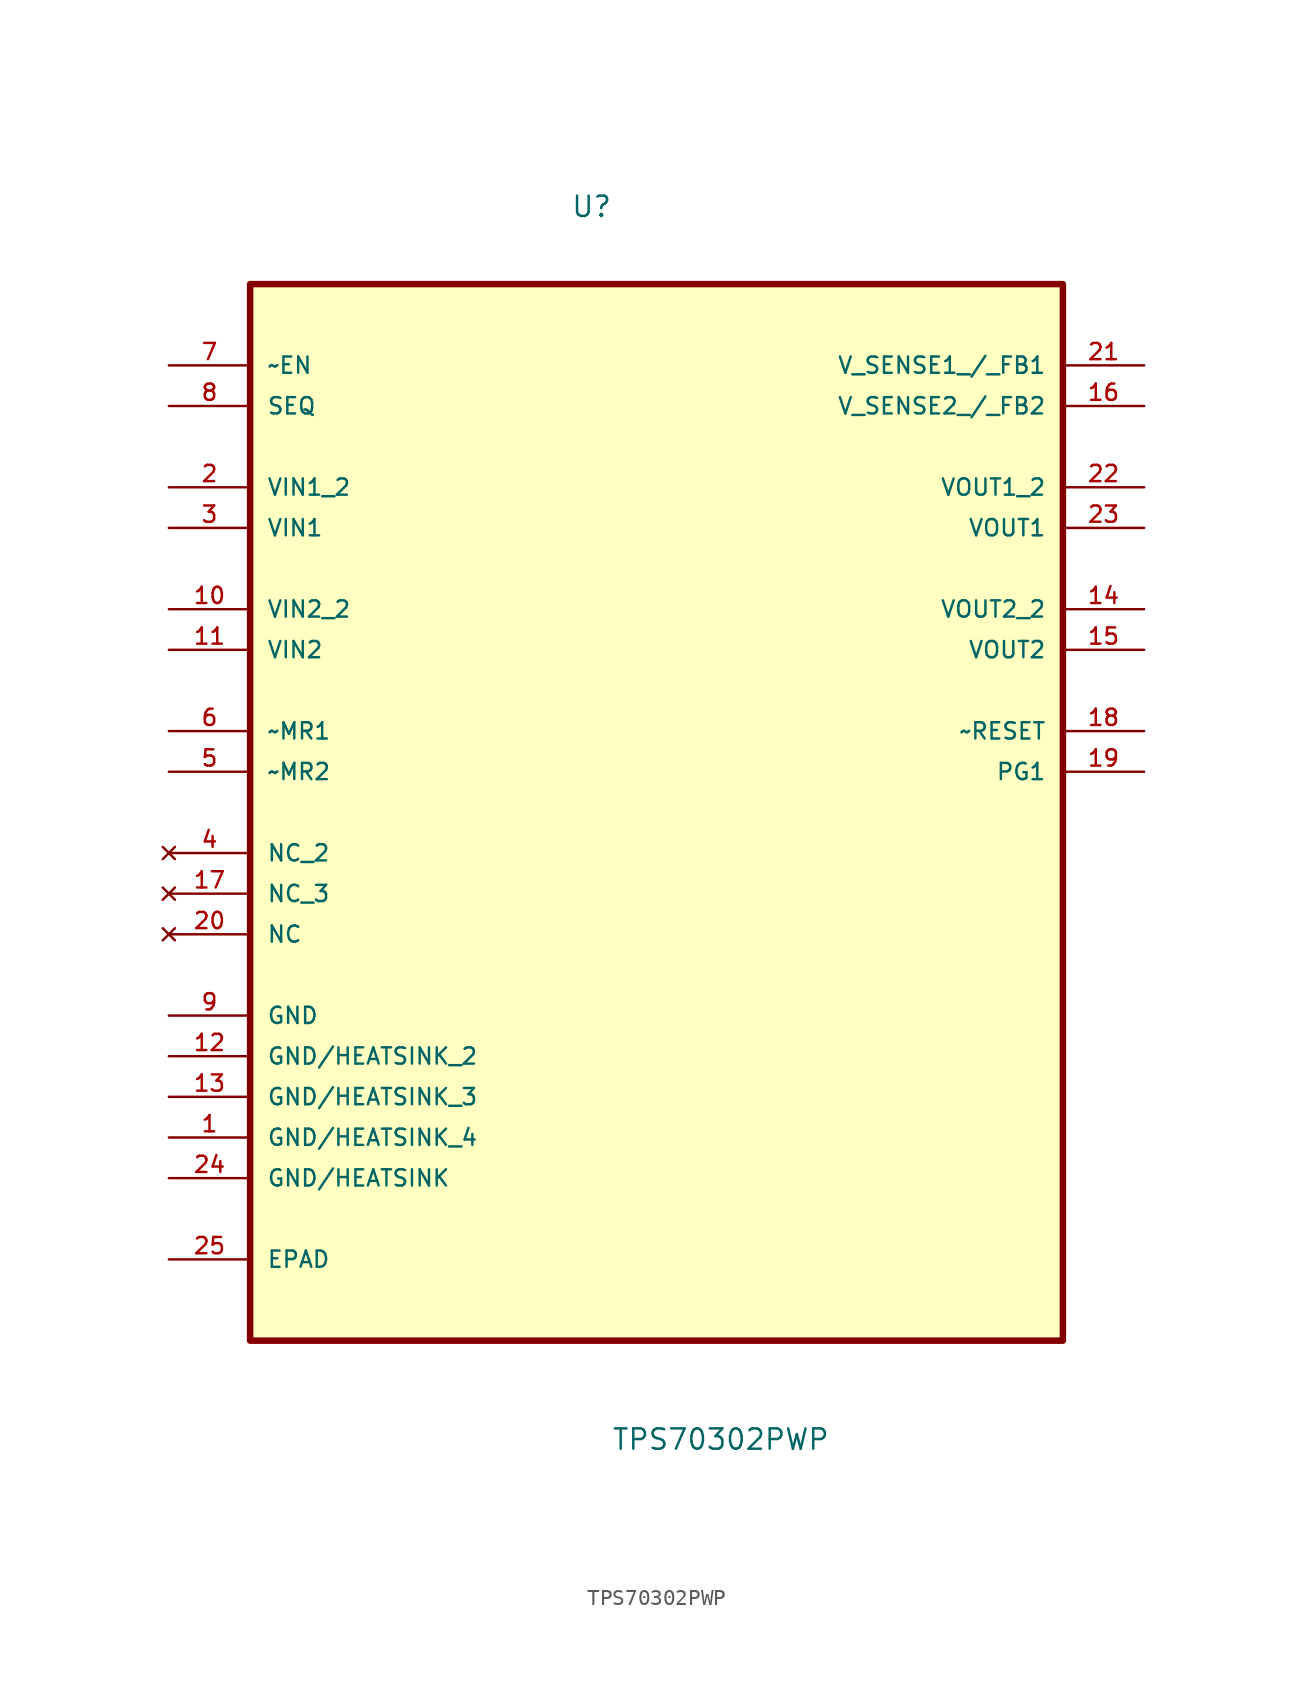
<source format=kicad_sym>
(kicad_symbol_lib
  (version 20211014)
  (generator kicad_symbol_editor)
  (symbol "TPS70302PWP"
    (pin_names
      (offset 1.016))
    (property "Reference" "U"
      (at -5.369 34.578 0.0)
      (effects (font (size 1.27 1.27)) (justify bottom left)))
    (property "Value" "TPS70302PWP"
      (at -2.821 -42.475 0.0)
      (effects (font (size 1.27 1.27)) (justify bottom left)))
    (symbol "TPS70302PWP_0_0"
      (rectangle (start -25.4 -35.56) (end 25.4 30.48) (stroke (width 0.406)) (fill (type background)))
      (pin input line (at -30.48 25.4 0) (length 5.08) (name "~EN" (effects (font (size 1.016 1.016)))) (number "7" (effects (font (size 1.016 1.016)))))
      (pin input line (at -30.48 22.86 0) (length 5.08) (name "SEQ" (effects (font (size 1.016 1.016)))) (number "8" (effects (font (size 1.016 1.016)))))
      (pin input line (at -30.48 17.78 0) (length 5.08) (name "VIN1_2" (effects (font (size 1.016 1.016)))) (number "2" (effects (font (size 1.016 1.016)))))
      (pin input line (at -30.48 15.24 0) (length 5.08) (name "VIN1" (effects (font (size 1.016 1.016)))) (number "3" (effects (font (size 1.016 1.016)))))
      (pin input line (at -30.48 10.16 0) (length 5.08) (name "VIN2_2" (effects (font (size 1.016 1.016)))) (number "10" (effects (font (size 1.016 1.016)))))
      (pin input line (at -30.48 7.62 0) (length 5.08) (name "VIN2" (effects (font (size 1.016 1.016)))) (number "11" (effects (font (size 1.016 1.016)))))
      (pin input line (at -30.48 2.54 0) (length 5.08) (name "~MR1" (effects (font (size 1.016 1.016)))) (number "6" (effects (font (size 1.016 1.016)))))
      (pin input line (at -30.48 0.0 0) (length 5.08) (name "~MR2" (effects (font (size 1.016 1.016)))) (number "5" (effects (font (size 1.016 1.016)))))
      (pin no_connect line (at -30.48 -5.08 0) (length 5.08) (name "NC_2" (effects (font (size 1.016 1.016)))) (number "4" (effects (font (size 1.016 1.016)))))
      (pin no_connect line (at -30.48 -7.62 0) (length 5.08) (name "NC_3" (effects (font (size 1.016 1.016)))) (number "17" (effects (font (size 1.016 1.016)))))
      (pin no_connect line (at -30.48 -10.16 0) (length 5.08) (name "NC" (effects (font (size 1.016 1.016)))) (number "20" (effects (font (size 1.016 1.016)))))
      (pin passive line (at -30.48 -15.24 0) (length 5.08) (name "GND" (effects (font (size 1.016 1.016)))) (number "9" (effects (font (size 1.016 1.016)))))
      (pin input line (at -30.48 -17.78 0) (length 5.08) (name "GND/HEATSINK_2" (effects (font (size 1.016 1.016)))) (number "12" (effects (font (size 1.016 1.016)))))
      (pin input line (at -30.48 -20.32 0) (length 5.08) (name "GND/HEATSINK_3" (effects (font (size 1.016 1.016)))) (number "13" (effects (font (size 1.016 1.016)))))
      (pin passive line (at -30.48 -22.86 0) (length 5.08) (name "GND/HEATSINK_4" (effects (font (size 1.016 1.016)))) (number "1" (effects (font (size 1.016 1.016)))))
      (pin passive line (at -30.48 -25.4 0) (length 5.08) (name "GND/HEATSINK" (effects (font (size 1.016 1.016)))) (number "24" (effects (font (size 1.016 1.016)))))
      (pin input line (at -30.48 -30.48 0) (length 5.08) (name "EPAD" (effects (font (size 1.016 1.016)))) (number "25" (effects (font (size 1.016 1.016)))))
      (pin output line (at 30.48 25.4 180.0) (length 5.08) (name "V_SENSE1_/_FB1" (effects (font (size 1.016 1.016)))) (number "21" (effects (font (size 1.016 1.016)))))
      (pin output line (at 30.48 22.86 180.0) (length 5.08) (name "V_SENSE2_/_FB2" (effects (font (size 1.016 1.016)))) (number "16" (effects (font (size 1.016 1.016)))))
      (pin output line (at 30.48 17.78 180.0) (length 5.08) (name "VOUT1_2" (effects (font (size 1.016 1.016)))) (number "22" (effects (font (size 1.016 1.016)))))
      (pin output line (at 30.48 15.24 180.0) (length 5.08) (name "VOUT1" (effects (font (size 1.016 1.016)))) (number "23" (effects (font (size 1.016 1.016)))))
      (pin output line (at 30.48 10.16 180.0) (length 5.08) (name "VOUT2_2" (effects (font (size 1.016 1.016)))) (number "14" (effects (font (size 1.016 1.016)))))
      (pin output line (at 30.48 7.62 180.0) (length 5.08) (name "VOUT2" (effects (font (size 1.016 1.016)))) (number "15" (effects (font (size 1.016 1.016)))))
      (pin output line (at 30.48 2.54 180.0) (length 5.08) (name "~RESET" (effects (font (size 1.016 1.016)))) (number "18" (effects (font (size 1.016 1.016)))))
      (pin output line (at 30.48 0.0 180.0) (length 5.08) (name "PG1" (effects (font (size 1.016 1.016)))) (number "19" (effects (font (size 1.016 1.016))))))))
</source>
